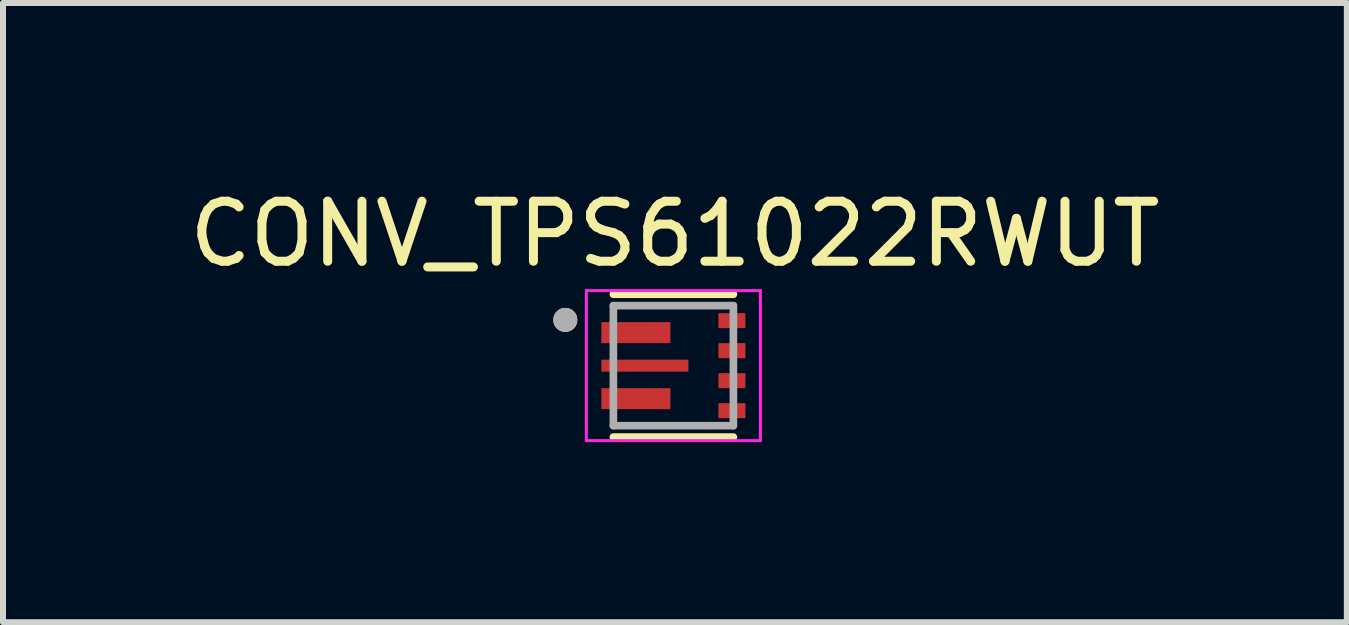
<source format=kicad_pcb>
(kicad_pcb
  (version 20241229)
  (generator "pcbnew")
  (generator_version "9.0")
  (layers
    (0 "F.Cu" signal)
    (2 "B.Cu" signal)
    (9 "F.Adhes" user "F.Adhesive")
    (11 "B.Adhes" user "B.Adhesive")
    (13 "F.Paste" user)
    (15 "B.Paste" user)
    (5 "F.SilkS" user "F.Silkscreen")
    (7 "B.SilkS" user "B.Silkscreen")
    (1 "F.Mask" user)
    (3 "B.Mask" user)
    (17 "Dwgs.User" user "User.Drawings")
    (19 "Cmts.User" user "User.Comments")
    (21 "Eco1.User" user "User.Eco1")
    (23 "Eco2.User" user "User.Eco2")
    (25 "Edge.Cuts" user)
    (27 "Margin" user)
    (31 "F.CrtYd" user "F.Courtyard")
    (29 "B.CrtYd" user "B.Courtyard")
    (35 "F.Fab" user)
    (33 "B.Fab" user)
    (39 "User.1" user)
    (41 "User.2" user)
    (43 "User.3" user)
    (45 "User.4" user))
  (footprint "CONV_TPS61022RWUT"
    (layer "F.Cu")
    (at 8.171 3.043)
    (property "Reference" "CONV_TPS61022RWUT" (at 0.025 -2.195 0) (layer "F.SilkS") (effects (font (size 1 1) (thickness 0.15))))
    (attr smd)
    (fp_line (start -1 -1.19) (end 1 -1.19) (stroke (width 0.127) (type solid)) (layer "F.SilkS"))
    (fp_line (start -1 1.19) (end 1 1.19) (stroke (width 0.127) (type solid)) (layer "F.SilkS"))
    (fp_circle (center -1.8 -0.762) (end -1.7 -0.762) (stroke (width 0.2) (type solid)) (fill no) (layer "F.SilkS"))
    (fp_poly (pts (xy -1.2 -0.725) (xy -0.725 -0.725) (xy -0.725 -0.375) (xy -1.2 -0.375)) (stroke (width 0.01) (type solid)) (fill yes) (layer "F.Paste"))
    (fp_poly (pts (xy -1.2 -0.1) (xy -0.575 -0.1) (xy -0.575 0.1) (xy -1.2 0.1)) (stroke (width 0.01) (type solid)) (fill yes) (layer "F.Paste"))
    (fp_poly (pts (xy -1.2 0.375) (xy -0.725 0.375) (xy -0.725 0.725) (xy -1.2 0.725)) (stroke (width 0.01) (type solid)) (fill yes) (layer "F.Paste"))
    (fp_poly (pts (xy -0.525 -0.725) (xy -0.05 -0.725) (xy -0.05 -0.375) (xy -0.525 -0.375)) (stroke (width 0.01) (type solid)) (fill yes) (layer "F.Paste"))
    (fp_poly (pts (xy -0.525 0.375) (xy -0.05 0.375) (xy -0.05 0.725) (xy -0.525 0.725)) (stroke (width 0.01) (type solid)) (fill yes) (layer "F.Paste"))
    (fp_poly (pts (xy -0.375 -0.1) (xy 0.25 -0.1) (xy 0.25 0.1) (xy -0.375 0.1)) (stroke (width 0.01) (type solid)) (fill yes) (layer "F.Paste"))
    (fp_line (start -1.45 -1.25) (end -1.45 1.25) (stroke (width 0.05) (type solid)) (layer "F.CrtYd"))
    (fp_line (start -1.45 1.25) (end 1.45 1.25) (stroke (width 0.05) (type solid)) (layer "F.CrtYd"))
    (fp_line (start 1.45 -1.25) (end -1.45 -1.25) (stroke (width 0.05) (type solid)) (layer "F.CrtYd"))
    (fp_line (start 1.45 1.25) (end 1.45 -1.25) (stroke (width 0.05) (type solid)) (layer "F.CrtYd"))
    (fp_line (start -1 -1) (end -1 1) (stroke (width 0.127) (type solid)) (layer "F.Fab"))
    (fp_line (start -1 1) (end 1 1) (stroke (width 0.127) (type solid)) (layer "F.Fab"))
    (fp_line (start 1 -1) (end -1 -1) (stroke (width 0.127) (type solid)) (layer "F.Fab"))
    (fp_line (start 1 1) (end 1 -1) (stroke (width 0.127) (type solid)) (layer "F.Fab"))
    (fp_circle (center -1.803 -0.763) (end -1.703 -0.763) (stroke (width 0.2) (type solid)) (fill no) (layer "F.Fab"))
    (pad "1" smd rect (at -0.625 -0.55) (size 1.15 0.35) (layers "F.Cu" "F.Mask"))
    (pad "2" smd rect (at -0.475 0) (size 1.45 0.2) (layers "F.Cu" "F.Mask"))
    (pad "3" smd rect (at -0.625 0.55) (size 1.15 0.35) (layers "F.Cu" "F.Mask"))
    (pad "4" smd rect (at 0.975 0.75) (size 0.45 0.25) (layers "F.Cu" "F.Mask" "F.Paste"))
    (pad "5" smd rect (at 0.975 0.25) (size 0.45 0.25) (layers "F.Cu" "F.Mask" "F.Paste"))
    (pad "6" smd rect (at 0.975 -0.25) (size 0.45 0.25) (layers "F.Cu" "F.Mask" "F.Paste"))
    (pad "7" smd rect (at 0.975 -0.75) (size 0.45 0.25) (layers "F.Cu" "F.Mask" "F.Paste")))
  (gr_rect
    (start -3 -3)
    (end 19.393 7.318)
    (stroke (width 0.1) (type default))
    (fill no)
    (layer "Edge.Cuts")))
</source>
